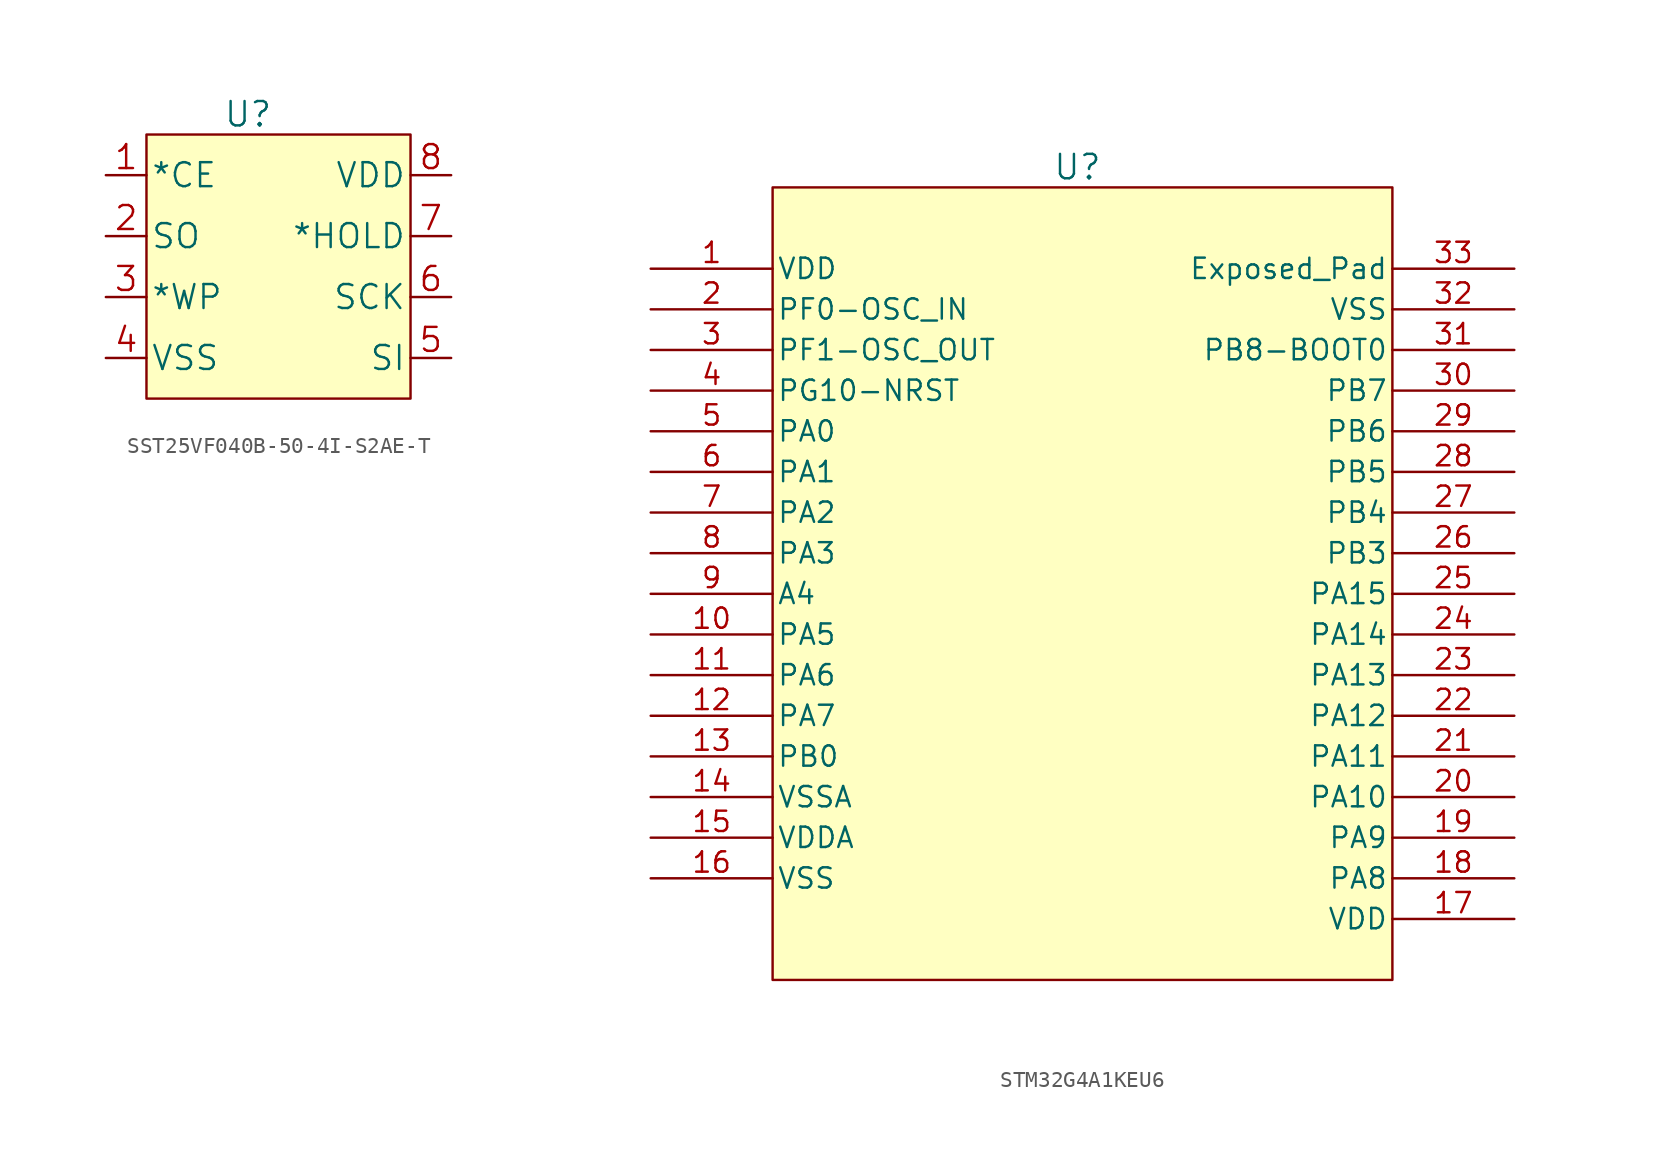
<source format=kicad_sym>
(kicad_symbol_lib
  (version 20211014)
  (generator kicad_symbol_editor)
  (symbol "SST25VF040B-50-4I-S2AE-T"
    (pin_names
      (offset 0.254))
    (property "Reference" "U"
      (at -2.54 6.35 0)
      (effects (font (size 1.524 1.524))))
    (symbol "SST25VF040B-50-4I-S2AE-T_1_1"
      (rectangle (start -8.89 5.08) (end 7.62 -11.43) (stroke (width 0.152) (type default) (color 0 0 0 0)) (fill (type background)))
      (pin input line (at -11.43 2.54 0) (length 2.54) (name "*CE" (effects (font (size 1.499 1.499)))) (number "1" (effects (font (size 1.499 1.499)))))
      (pin output line (at -11.43 -1.27 0) (length 2.54) (name "SO" (effects (font (size 1.499 1.499)))) (number "2" (effects (font (size 1.499 1.499)))))
      (pin input line (at -11.43 -5.08 0) (length 2.54) (name "*WP" (effects (font (size 1.499 1.499)))) (number "3" (effects (font (size 1.499 1.499)))))
      (pin power_in line (at -11.43 -8.89 0) (length 2.54) (name "VSS" (effects (font (size 1.499 1.499)))) (number "4" (effects (font (size 1.499 1.499)))))
      (pin input line (at 10.16 -8.89 180) (length 2.54) (name "SI" (effects (font (size 1.499 1.499)))) (number "5" (effects (font (size 1.499 1.499)))))
      (pin input line (at 10.16 -5.08 180) (length 2.54) (name "SCK" (effects (font (size 1.499 1.499)))) (number "6" (effects (font (size 1.499 1.499)))))
      (pin input line (at 10.16 -1.27 180) (length 2.54) (name "*HOLD" (effects (font (size 1.499 1.499)))) (number "7" (effects (font (size 1.499 1.499)))))
      (pin power_in line (at 10.16 2.54 180) (length 2.54) (name "VDD" (effects (font (size 1.499 1.499)))) (number "8" (effects (font (size 1.499 1.499)))))))
  (symbol "STM32G4A1KEU6"
    (pin_names
      (offset 0.254))
    (property "Reference" "U"
      (at -0.635 24.13 0)
      (effects (font (size 1.524 1.524))))
    (symbol "STM32G4A1KEU6_0_1"
      (rectangle (start -19.685 22.86) (end 19.05 -26.67) (stroke (width 0.152) (type default) (color 0 0 0 0)) (fill (type background)))
      (pin power_in line (at -27.305 17.78 0) (length 7.62) (name "VDD" (effects (font (size 1.27 1.27)))) (number "1" (effects (font (size 1.27 1.27)))))
      (pin bidirectional line (at -27.305 -5.08 0) (length 7.62) (name "PA5" (effects (font (size 1.27 1.27)))) (number "10" (effects (font (size 1.27 1.27)))))
      (pin bidirectional line (at -27.305 -7.62 0) (length 7.62) (name "PA6" (effects (font (size 1.27 1.27)))) (number "11" (effects (font (size 1.27 1.27)))))
      (pin bidirectional line (at -27.305 -10.16 0) (length 7.62) (name "PA7" (effects (font (size 1.27 1.27)))) (number "12" (effects (font (size 1.27 1.27)))))
      (pin bidirectional line (at -27.305 -12.7 0) (length 7.62) (name "PB0" (effects (font (size 1.27 1.27)))) (number "13" (effects (font (size 1.27 1.27)))))
      (pin power_out line (at -27.305 -15.24 0) (length 7.62) (name "VSSA" (effects (font (size 1.27 1.27)))) (number "14" (effects (font (size 1.27 1.27)))))
      (pin power_in line (at -27.305 -17.78 0) (length 7.62) (name "VDDA" (effects (font (size 1.27 1.27)))) (number "15" (effects (font (size 1.27 1.27)))))
      (pin power_out line (at -27.305 -20.32 0) (length 7.62) (name "VSS" (effects (font (size 1.27 1.27)))) (number "16" (effects (font (size 1.27 1.27)))))
      (pin power_in line (at 26.67 -22.86 180) (length 7.62) (name "VDD" (effects (font (size 1.27 1.27)))) (number "17" (effects (font (size 1.27 1.27)))))
      (pin bidirectional line (at 26.67 -20.32 180) (length 7.62) (name "PA8" (effects (font (size 1.27 1.27)))) (number "18" (effects (font (size 1.27 1.27)))))
      (pin bidirectional line (at 26.67 -17.78 180) (length 7.62) (name "PA9" (effects (font (size 1.27 1.27)))) (number "19" (effects (font (size 1.27 1.27)))))
      (pin bidirectional line (at -27.305 15.24 0) (length 7.62) (name "PF0-OSC_IN" (effects (font (size 1.27 1.27)))) (number "2" (effects (font (size 1.27 1.27)))))
      (pin bidirectional line (at 26.67 -15.24 180) (length 7.62) (name "PA10" (effects (font (size 1.27 1.27)))) (number "20" (effects (font (size 1.27 1.27)))))
      (pin bidirectional line (at 26.67 -12.7 180) (length 7.62) (name "PA11" (effects (font (size 1.27 1.27)))) (number "21" (effects (font (size 1.27 1.27)))))
      (pin bidirectional line (at 26.67 -10.16 180) (length 7.62) (name "PA12" (effects (font (size 1.27 1.27)))) (number "22" (effects (font (size 1.27 1.27)))))
      (pin bidirectional line (at 26.67 -7.62 180) (length 7.62) (name "PA13" (effects (font (size 1.27 1.27)))) (number "23" (effects (font (size 1.27 1.27)))))
      (pin bidirectional line (at 26.67 -5.08 180) (length 7.62) (name "PA14" (effects (font (size 1.27 1.27)))) (number "24" (effects (font (size 1.27 1.27)))))
      (pin bidirectional line (at 26.67 -2.54 180) (length 7.62) (name "PA15" (effects (font (size 1.27 1.27)))) (number "25" (effects (font (size 1.27 1.27)))))
      (pin bidirectional line (at 26.67 0 180) (length 7.62) (name "PB3" (effects (font (size 1.27 1.27)))) (number "26" (effects (font (size 1.27 1.27)))))
      (pin bidirectional line (at 26.67 2.54 180) (length 7.62) (name "PB4" (effects (font (size 1.27 1.27)))) (number "27" (effects (font (size 1.27 1.27)))))
      (pin bidirectional line (at 26.67 5.08 180) (length 7.62) (name "PB5" (effects (font (size 1.27 1.27)))) (number "28" (effects (font (size 1.27 1.27)))))
      (pin bidirectional line (at 26.67 7.62 180) (length 7.62) (name "PB6" (effects (font (size 1.27 1.27)))) (number "29" (effects (font (size 1.27 1.27)))))
      (pin output line (at -27.305 12.7 0) (length 7.62) (name "PF1-OSC_OUT" (effects (font (size 1.27 1.27)))) (number "3" (effects (font (size 1.27 1.27)))))
      (pin bidirectional line (at 26.67 10.16 180) (length 7.62) (name "PB7" (effects (font (size 1.27 1.27)))) (number "30" (effects (font (size 1.27 1.27)))))
      (pin bidirectional line (at 26.67 12.7 180) (length 7.62) (name "PB8-BOOT0" (effects (font (size 1.27 1.27)))) (number "31" (effects (font (size 1.27 1.27)))))
      (pin power_out line (at 26.67 15.24 180) (length 7.62) (name "VSS" (effects (font (size 1.27 1.27)))) (number "32" (effects (font (size 1.27 1.27)))))
      (pin unspecified line (at 26.67 17.78 180) (length 7.62) (name "Exposed_Pad" (effects (font (size 1.27 1.27)))) (number "33" (effects (font (size 1.27 1.27)))))
      (pin unspecified line (at -27.305 10.16 0) (length 7.62) (name "PG10-NRST" (effects (font (size 1.27 1.27)))) (number "4" (effects (font (size 1.27 1.27)))))
      (pin bidirectional line (at -27.305 7.62 0) (length 7.62) (name "PA0" (effects (font (size 1.27 1.27)))) (number "5" (effects (font (size 1.27 1.27)))))
      (pin bidirectional line (at -27.305 5.08 0) (length 7.62) (name "PA1" (effects (font (size 1.27 1.27)))) (number "6" (effects (font (size 1.27 1.27)))))
      (pin bidirectional line (at -27.305 2.54 0) (length 7.62) (name "PA2" (effects (font (size 1.27 1.27)))) (number "7" (effects (font (size 1.27 1.27)))))
      (pin bidirectional line (at -27.305 0 0) (length 7.62) (name "PA3" (effects (font (size 1.27 1.27)))) (number "8" (effects (font (size 1.27 1.27)))))
      (pin unspecified line (at -27.305 -2.54 0) (length 7.62) (name "A4" (effects (font (size 1.27 1.27)))) (number "9" (effects (font (size 1.27 1.27))))))))
</source>
